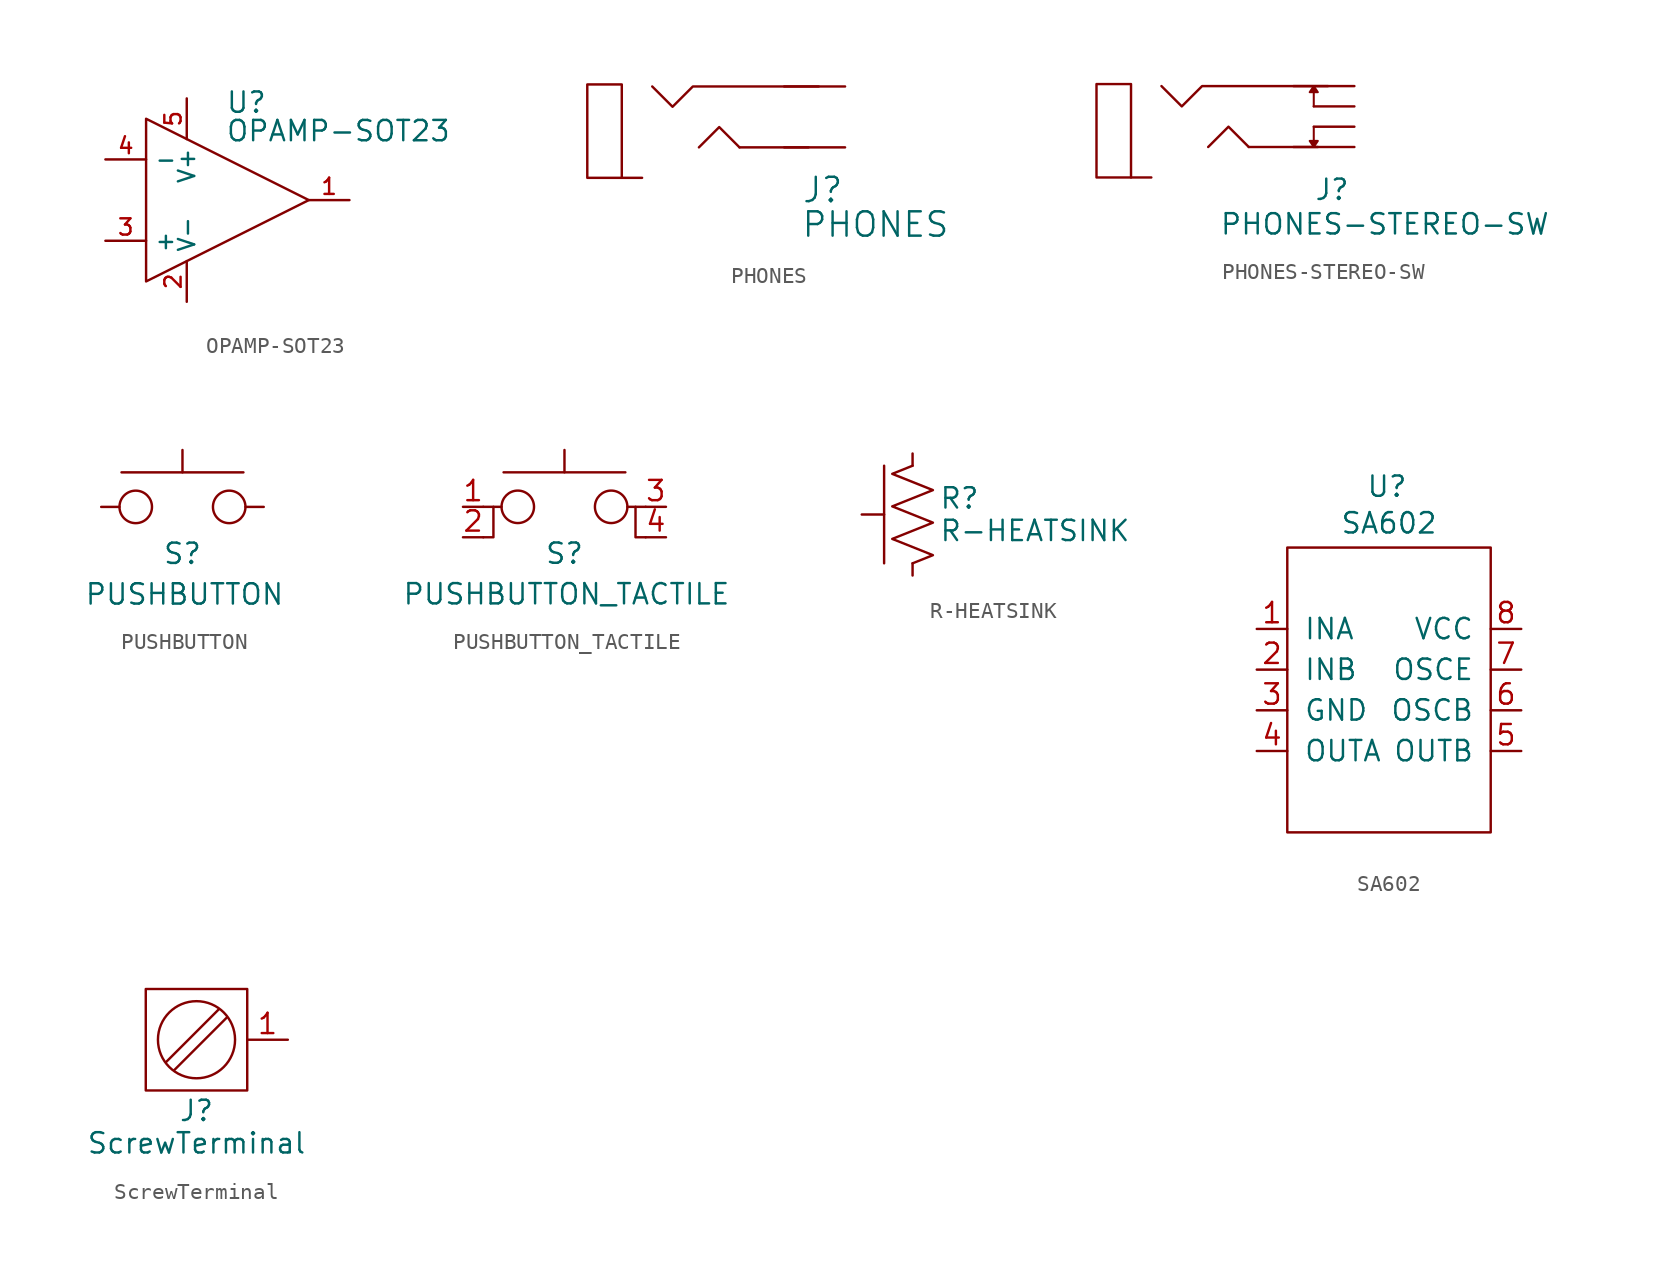
<source format=kicad_sym>
(kicad_symbol_lib
  (version 20220914)
  (generator kicad_symbol_editor)
  (symbol "OPAMP-SOT23"
    (property "Reference" "U"
      (at -0.127 6.096 0)
      (effects (font (size 1.27 1.27)) (justify left)))
    (property "Value" "OPAMP-SOT23"
      (at -0.127 4.318 0)
      (effects (font (size 1.27 1.27)) (justify left)))
    (property "Footprint" ""
      (at 0 0 0)
      (effects (font (size 1.524 1.524))))
    (property "Datasheet" ""
      (at 0 0 0)
      (effects (font (size 1.524 1.524))))
    (symbol "OPAMP-SOT23_0_1"
      (polyline (pts (xy -5.08 5.08) (xy 5.08 0) (xy -5.08 -5.08) (xy -5.08 5.08)) (stroke (width 0.152) (type solid)) (fill (type none))))
    (symbol "OPAMP-SOT23_1_1"
      (pin output line (at 7.62 0 180) (length 2.54) (name "~" (effects (font (size 1.016 1.016)))) (number "1" (effects (font (size 1.016 1.016)))))
      (pin power_in line (at -2.54 -6.35 90) (length 2.54) (name "V-" (effects (font (size 1.016 1.016)))) (number "2" (effects (font (size 1.016 1.016)))))
      (pin input line (at -7.62 -2.54 0) (length 2.54) (name "+" (effects (font (size 1.016 1.016)))) (number "3" (effects (font (size 1.016 1.016)))))
      (pin input line (at -7.62 2.54 0) (length 2.54) (name "-" (effects (font (size 1.016 1.016)))) (number "4" (effects (font (size 1.016 1.016)))))
      (pin power_in line (at -2.54 6.35 270) (length 2.54) (name "V+" (effects (font (size 1.016 1.016)))) (number "5" (effects (font (size 1.016 1.016)))))))
  (symbol "PHONES"
    (pin_numbers hide)
    (pin_names
      (offset 0) hide)
    (property "Reference" "J"
      (at 4.953 -4.572 0)
      (effects (font (size 1.524 1.524))))
    (property "Value" "PHONES"
      (at 8.255 -6.731 0)
      (effects (font (size 1.524 1.524))))
    (property "Footprint" ""
      (at 0 0 0)
      (effects (font (size 1.524 1.524))))
    (property "Datasheet" ""
      (at 0 0 0)
      (effects (font (size 1.524 1.524))))
    (symbol "PHONES_0_1"
      (rectangle (start -7.62 2.032) (end -9.779 -3.81) (stroke (width 0) (type solid)) (fill (type none)))
      (polyline (pts (xy -0.254 -1.905) (xy -1.524 -0.635) (xy -2.794 -1.905) (xy -2.794 -1.905)) (stroke (width 0) (type solid)) (fill (type none)))
      (polyline (pts (xy -0.254 -1.905) (xy 3.175 -1.905) (xy 3.81 -1.905) (xy 4.064 -1.905)) (stroke (width 0) (type solid)) (fill (type none)))
      (polyline (pts (xy 4.699 1.905) (xy -3.175 1.905) (xy -4.445 0.635) (xy -5.715 1.905) (xy -5.715 1.905)) (stroke (width 0) (type solid)) (fill (type none))))
    (symbol "PHONES_1_1"
      (pin passive line (at 6.35 -1.905 180) (length 3.81) (name "~" (effects (font (size 1.27 1.27)))) (number "1" (effects (font (size 1.27 1.27)))))
      (pin passive line (at 6.35 1.905 180) (length 3.81) (name "~" (effects (font (size 1.27 1.27)))) (number "2" (effects (font (size 1.27 1.27)))))
      (pin passive line (at -6.35 -3.81 180) (length 1.27) (name "~" (effects (font (size 1.27 1.27)))) (number "3" (effects (font (size 1.27 1.27)))))))
  (symbol "PHONES-STEREO-SW"
    (pin_numbers hide)
    (pin_names
      (offset 0) hide)
    (property "Reference" "J"
      (at 4.953 -4.572 0)
      (effects (font (size 1.27 1.27))))
    (property "Value" "PHONES-STEREO-SW"
      (at 8.255 -6.731 0)
      (effects (font (size 1.27 1.27))))
    (property "Footprint" ""
      (at 0 0 0)
      (effects (font (size 1.524 1.524))))
    (property "Datasheet" ""
      (at 0 0 0)
      (effects (font (size 1.524 1.524))))
    (symbol "PHONES-STEREO-SW_0_1"
      (rectangle (start -7.62 2.032) (end -9.779 -3.81) (stroke (width 0) (type solid)) (fill (type none)))
      (polyline (pts (xy 3.81 -0.635) (xy 3.81 -1.905)) (stroke (width 0.127) (type solid)) (fill (type none)))
      (polyline (pts (xy 3.81 0.635) (xy 3.81 1.905)) (stroke (width 0.127) (type solid)) (fill (type none)))
      (polyline (pts (xy -0.254 -1.905) (xy -1.524 -0.635) (xy -2.794 -1.905) (xy -2.794 -1.905)) (stroke (width 0) (type solid)) (fill (type none)))
      (polyline (pts (xy -0.254 -1.905) (xy 3.175 -1.905) (xy 3.81 -1.905) (xy 4.064 -1.905)) (stroke (width 0) (type solid)) (fill (type none)))
      (polyline (pts (xy 3.81 -1.905) (xy 4.064 -1.524) (xy 3.556 -1.524) (xy 3.81 -1.905)) (stroke (width 0.127) (type solid)) (fill (type outline)))
      (polyline (pts (xy 3.81 1.905) (xy 3.556 1.524) (xy 4.064 1.524) (xy 3.81 1.905)) (stroke (width 0.127) (type solid)) (fill (type outline)))
      (polyline (pts (xy 4.699 1.905) (xy -3.175 1.905) (xy -4.445 0.635) (xy -5.715 1.905) (xy -5.715 1.905)) (stroke (width 0) (type solid)) (fill (type none))))
    (symbol "PHONES-STEREO-SW_1_1"
      (pin passive line (at -6.35 -3.81 180) (length 1.27) (name "~" (effects (font (size 1.27 1.27)))) (number "1" (effects (font (size 1.27 1.27)))))
      (pin passive line (at 6.35 -1.905 180) (length 3.81) (name "~" (effects (font (size 1.27 1.27)))) (number "2" (effects (font (size 1.27 1.27)))))
      (pin input line (at 6.35 -0.635 180) (length 2.54) (name "~" (effects (font (size 1.016 1.016)))) (number "3" (effects (font (size 1.016 1.016)))))
      (pin input line (at 6.35 0.635 180) (length 2.54) (name "~" (effects (font (size 1.016 1.016)))) (number "4" (effects (font (size 1.016 1.016)))))
      (pin passive line (at 6.35 1.905 180) (length 3.81) (name "~" (effects (font (size 1.27 1.27)))) (number "5" (effects (font (size 1.27 1.27)))))))
  (symbol "PUSHBUTTON"
    (pin_numbers hide)
    (pin_names
      (offset 1.016) hide)
    (property "Reference" "S"
      (at 0 -2.921 0)
      (effects (font (size 1.27 1.27))))
    (property "Value" "PUSHBUTTON"
      (at 0.127 -5.461 0)
      (effects (font (size 1.27 1.27))))
    (property "Footprint" ""
      (at 0 0 0)
      (effects (font (size 1.524 1.524))))
    (property "Datasheet" ""
      (at 0 0 0)
      (effects (font (size 1.524 1.524))))
    (symbol "PUSHBUTTON_0_1"
      (circle (center -2.921 0) (radius 1.016) (stroke (width 0) (type solid)) (fill (type none)))
      (polyline (pts (xy -3.81 2.159) (xy 3.81 2.159)) (stroke (width 0) (type solid)) (fill (type none)))
      (polyline (pts (xy 0 2.159) (xy 0 3.556)) (stroke (width 0) (type solid)) (fill (type none)))
      (circle (center 2.921 0) (radius 1.016) (stroke (width 0) (type solid)) (fill (type none))))
    (symbol "PUSHBUTTON_1_1"
      (pin passive line (at -5.08 0 0) (length 1.143) (name "1" (effects (font (size 1.27 1.27)))) (number "1" (effects (font (size 1.27 1.27)))))
      (pin passive line (at 5.08 0 180) (length 1.143) (name "2" (effects (font (size 1.27 1.27)))) (number "2" (effects (font (size 1.27 1.27)))))))
  (symbol "PUSHBUTTON_TACTILE"
    (pin_names
      (offset 1.016) hide)
    (property "Reference" "S"
      (at 0 -2.921 0)
      (effects (font (size 1.27 1.27))))
    (property "Value" "PUSHBUTTON_TACTILE"
      (at 0.127 -5.461 0)
      (effects (font (size 1.27 1.27))))
    (property "Footprint" ""
      (at 0 0 0)
      (effects (font (size 1.524 1.524))))
    (property "Datasheet" ""
      (at 0 0 0)
      (effects (font (size 1.524 1.524))))
    (symbol "PUSHBUTTON_TACTILE_0_1"
      (circle (center -2.921 0) (radius 1.016) (stroke (width 0) (type solid)) (fill (type none)))
      (polyline (pts (xy -5.08 0) (xy -3.937 0)) (stroke (width 0) (type solid)) (fill (type none)))
      (polyline (pts (xy -3.81 2.159) (xy 3.81 2.159)) (stroke (width 0) (type solid)) (fill (type none)))
      (polyline (pts (xy 0 2.159) (xy 0 3.556)) (stroke (width 0) (type solid)) (fill (type none)))
      (polyline (pts (xy 5.08 0) (xy 3.937 0)) (stroke (width 0) (type solid)) (fill (type none)))
      (polyline (pts (xy -5.08 -1.905) (xy -4.445 -1.905) (xy -4.445 0)) (stroke (width 0) (type solid)) (fill (type none)))
      (polyline (pts (xy 5.08 -1.905) (xy 4.445 -1.905) (xy 4.445 0)) (stroke (width 0) (type solid)) (fill (type none)))
      (circle (center 2.921 0) (radius 1.016) (stroke (width 0) (type solid)) (fill (type none))))
    (symbol "PUSHBUTTON_TACTILE_1_1"
      (pin passive line (at -6.35 0 0) (length 1.27) (name "1" (effects (font (size 1.27 1.27)))) (number "1" (effects (font (size 1.27 1.27)))))
      (pin passive line (at -6.35 -1.905 0) (length 1.27) (name "2" (effects (font (size 1.27 1.27)))) (number "2" (effects (font (size 1.27 1.27)))))
      (pin passive line (at 6.35 0 180) (length 1.27) (name "3" (effects (font (size 1.27 1.27)))) (number "3" (effects (font (size 1.27 1.27)))))
      (pin passive line (at 6.35 -1.905 180) (length 1.27) (name "4" (effects (font (size 1.27 1.27)))) (number "4" (effects (font (size 1.27 1.27)))))))
  (symbol "R-HEATSINK"
    (pin_numbers hide)
    (pin_names
      (offset 0))
    (property "Reference" "R"
      (at 1.651 1.016 0)
      (effects (font (size 1.27 1.27)) (justify left)))
    (property "Value" "R-HEATSINK"
      (at 1.651 -1.016 0)
      (effects (font (size 1.27 1.27)) (justify left)))
    (property "Footprint" ""
      (at 0 0 0)
      (effects (font (size 1.524 1.524))))
    (property "Datasheet" ""
      (at 0 0 0)
      (effects (font (size 1.524 1.524))))
    (symbol "R-HEATSINK_0_1"
      (polyline (pts (xy -1.778 -3.048) (xy -1.778 3.048)) (stroke (width 0) (type solid)) (fill (type none)))
      (polyline (pts (xy 0 3.048) (xy -1.27 2.54) (xy 1.27 1.524) (xy -1.27 0.508) (xy 1.27 -0.508) (xy -1.27 -1.524) (xy 1.27 -2.54) (xy 0 -3.048)) (stroke (width 0) (type solid)) (fill (type none))))
    (symbol "R-HEATSINK_1_1"
      (pin passive line (at 0 3.81 270) (length 0.762) (name "~" (effects (font (size 1.524 1.524)))) (number "1" (effects (font (size 1.524 1.524)))))
      (pin passive line (at 0 -3.81 90) (length 0.762) (name "~" (effects (font (size 1.524 1.524)))) (number "2" (effects (font (size 1.524 1.524)))))
      (pin passive line (at -3.175 0 0) (length 1.397) (name "~" (effects (font (size 1.27 1.27)))) (number "3" (effects (font (size 1.27 1.27)))))))
  (symbol "SA602"
    (pin_names
      (offset 1.016))
    (property "Reference" "U"
      (at -0.127 12.7 0)
      (effects (font (size 1.27 1.27))))
    (property "Value" "SA602"
      (at 0 10.414 0)
      (effects (font (size 1.27 1.27))))
    (property "Footprint" ""
      (at 0 0 0)
      (effects (font (size 1.524 1.524))))
    (property "Datasheet" ""
      (at 0 0 0)
      (effects (font (size 1.524 1.524))))
    (symbol "SA602_1_0"
      (rectangle (start -6.35 -8.89) (end 6.35 8.89) (stroke (width 0) (type solid)) (fill (type none))))
    (symbol "SA602_1_1"
      (pin input line (at -8.255 3.81 0) (length 1.905) (name "INA" (effects (font (size 1.27 1.27)))) (number "1" (effects (font (size 1.27 1.27)))))
      (pin input line (at -8.255 1.27 0) (length 1.905) (name "INB" (effects (font (size 1.27 1.27)))) (number "2" (effects (font (size 1.27 1.27)))))
      (pin input line (at -8.255 -1.27 0) (length 1.905) (name "GND" (effects (font (size 1.27 1.27)))) (number "3" (effects (font (size 1.27 1.27)))))
      (pin input line (at -8.255 -3.81 0) (length 1.905) (name "OUTA" (effects (font (size 1.27 1.27)))) (number "4" (effects (font (size 1.27 1.27)))))
      (pin input line (at 8.255 -3.81 180) (length 1.905) (name "OUTB" (effects (font (size 1.27 1.27)))) (number "5" (effects (font (size 1.27 1.27)))))
      (pin input line (at 8.255 -1.27 180) (length 1.905) (name "OSCB" (effects (font (size 1.27 1.27)))) (number "6" (effects (font (size 1.27 1.27)))))
      (pin input line (at 8.255 1.27 180) (length 1.905) (name "OSCE" (effects (font (size 1.27 1.27)))) (number "7" (effects (font (size 1.27 1.27)))))
      (pin input line (at 8.255 3.81 180) (length 1.905) (name "VCC" (effects (font (size 1.27 1.27)))) (number "8" (effects (font (size 1.27 1.27)))))))
  (symbol "ScrewTerminal"
    (pin_names
      (offset 1.27))
    (property "Reference" "J"
      (at 0 -4.445 0)
      (effects (font (size 1.27 1.27))))
    (property "Value" "ScrewTerminal"
      (at 0 -6.477 0)
      (effects (font (size 1.27 1.27))))
    (symbol "ScrewTerminal_0_1"
      (rectangle (start -3.175 3.175) (end 3.175 -3.175) (stroke (width 0) (type solid)) (fill (type none)))
      (polyline (pts (xy -1.397 -1.905) (xy 1.905 1.397)) (stroke (width 0) (type solid)) (fill (type none)))
      (polyline (pts (xy 1.397 1.905) (xy -1.905 -1.397)) (stroke (width 0) (type solid)) (fill (type none)))
      (circle (center 0 0) (radius 2.413) (stroke (width 0) (type solid)) (fill (type none))))
    (symbol "ScrewTerminal_1_1"
      (pin passive line (at 5.715 0 180) (length 2.54) (name "~" (effects (font (size 1.27 1.27)))) (number "1" (effects (font (size 1.27 1.27))))))))
</source>
